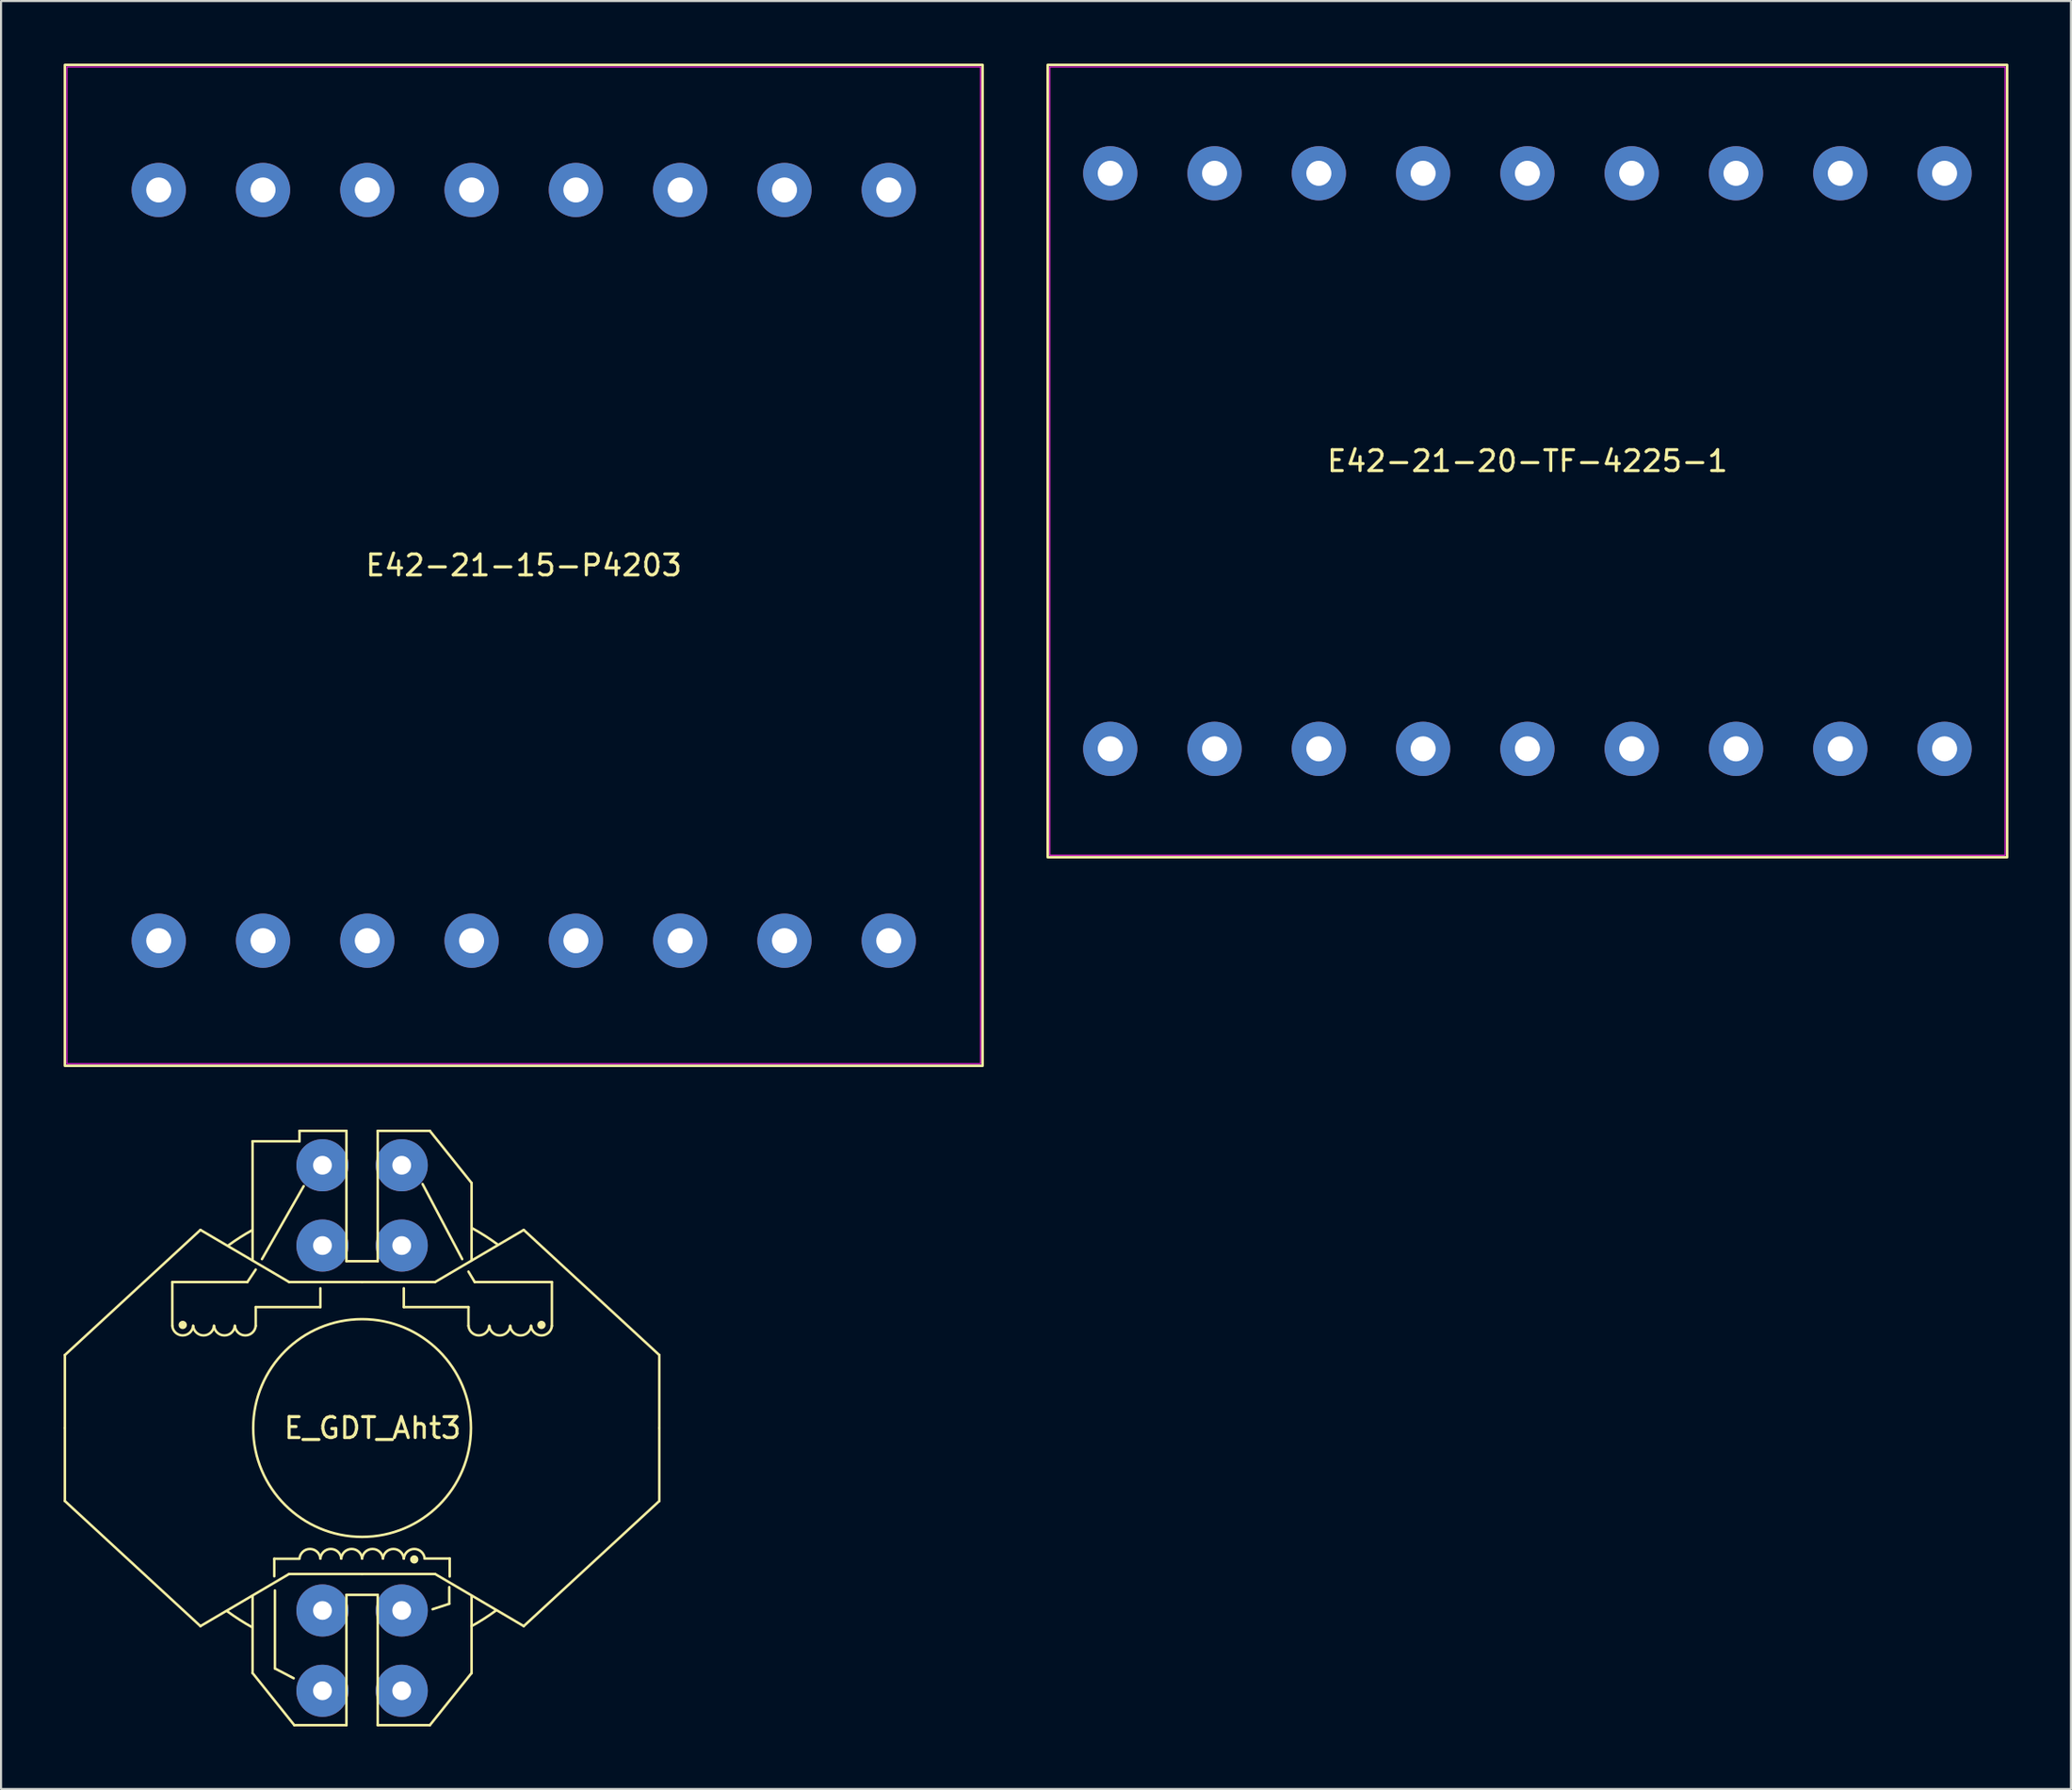
<source format=kicad_pcb>
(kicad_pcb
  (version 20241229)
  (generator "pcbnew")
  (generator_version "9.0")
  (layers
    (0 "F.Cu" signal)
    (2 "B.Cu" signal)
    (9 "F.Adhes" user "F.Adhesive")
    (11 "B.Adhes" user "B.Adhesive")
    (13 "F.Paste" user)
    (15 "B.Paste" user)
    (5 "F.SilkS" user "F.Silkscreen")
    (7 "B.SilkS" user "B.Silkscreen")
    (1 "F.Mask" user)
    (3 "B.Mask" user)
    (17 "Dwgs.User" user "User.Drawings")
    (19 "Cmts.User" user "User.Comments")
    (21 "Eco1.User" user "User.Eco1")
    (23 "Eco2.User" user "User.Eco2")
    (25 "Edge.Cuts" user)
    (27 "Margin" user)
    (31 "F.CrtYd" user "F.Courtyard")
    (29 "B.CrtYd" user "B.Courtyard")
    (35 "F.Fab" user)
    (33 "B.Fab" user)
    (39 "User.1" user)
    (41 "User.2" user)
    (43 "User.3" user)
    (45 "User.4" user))
  (footprint "E_GDT_Aht3"
    (layer "F.Cu")
    (at 14.31 65.43)
    (property "Reference" "E_GDT_Aht3" (at 0.5 0 180) (layer "F.SilkS") (effects (font (size 1 1) (thickness 0.15))))
    (attr through_hole)
    (fp_line (start -14.25 -3.5) (end -7.75 -9.5) (stroke (width 0.12) (type solid)) (layer "F.SilkS"))
    (fp_line (start -14.25 0) (end -14.25 -3.5) (stroke (width 0.12) (type solid)) (layer "F.SilkS"))
    (fp_line (start -14.25 3.5) (end -14.25 0) (stroke (width 0.12) (type solid)) (layer "F.SilkS"))
    (fp_line (start -9.1 -7) (end -9.1 -4.9) (stroke (width 0.12) (type solid)) (layer "F.SilkS"))
    (fp_line (start -9.1 -7) (end -5.5 -7) (stroke (width 0.12) (type solid)) (layer "F.SilkS"))
    (fp_line (start -7.75 -9.5) (end -3.5 -7) (stroke (width 0.12) (type solid)) (layer "F.SilkS"))
    (fp_line (start -7.75 9.5) (end -14.25 3.5) (stroke (width 0.12) (type solid)) (layer "F.SilkS"))
    (fp_line (start -5.25 -13.75) (end -5.25 -8.05) (stroke (width 0.12) (type solid)) (layer "F.SilkS"))
    (fp_line (start -5.25 11.75) (end -5.25 8.05) (stroke (width 0.12) (type solid)) (layer "F.SilkS"))
    (fp_line (start -5.1 -7.6) (end -5.5 -7) (stroke (width 0.12) (type solid)) (layer "F.SilkS"))
    (fp_line (start -5.1 -5.8) (end -5.1 -4.9) (stroke (width 0.12) (type solid)) (layer "F.SilkS"))
    (fp_line (start -5.1 -5.8) (end -2 -5.8) (stroke (width 0.12) (type solid)) (layer "F.SilkS"))
    (fp_line (start -4.8 -8.1) (end -2.8 -11.6) (stroke (width 0.12) (type solid)) (layer "F.SilkS"))
    (fp_line (start -4.21 6.27) (end -4.21 7.11) (stroke (width 0.12) (type solid)) (layer "F.SilkS"))
    (fp_line (start -4.21 6.27) (end -3.01 6.27) (stroke (width 0.12) (type solid)) (layer "F.SilkS"))
    (fp_line (start -4.18 7.79) (end -4.18 11.53) (stroke (width 0.12) (type solid)) (layer "F.SilkS"))
    (fp_line (start -4.18 11.53) (end -3.28 12) (stroke (width 0.12) (type solid)) (layer "F.SilkS"))
    (fp_line (start -3.5 7) (end -7.75 9.5) (stroke (width 0.12) (type solid)) (layer "F.SilkS"))
    (fp_line (start -3.25 14.25) (end -5.25 11.75) (stroke (width 0.12) (type solid)) (layer "F.SilkS"))
    (fp_line (start -3 -14.25) (end -3 -13.75) (stroke (width 0.12) (type solid)) (layer "F.SilkS"))
    (fp_line (start -3 -14.25) (end -0.75 -14.25) (stroke (width 0.12) (type solid)) (layer "F.SilkS"))
    (fp_line (start -3 -13.75) (end -5.25 -13.75) (stroke (width 0.12) (type solid)) (layer "F.SilkS"))
    (fp_line (start -2 -6.7) (end -2 -5.8) (stroke (width 0.12) (type solid)) (layer "F.SilkS"))
    (fp_line (start -0.75 -14.25) (end -0.75 -8) (stroke (width 0.12) (type solid)) (layer "F.SilkS"))
    (fp_line (start -0.75 -8) (end 0.75 -8) (stroke (width 0.12) (type solid)) (layer "F.SilkS"))
    (fp_line (start -0.75 14.25) (end -3.25 14.25) (stroke (width 0.12) (type solid)) (layer "F.SilkS"))
    (fp_line (start -0.75 14.25) (end -0.75 8) (stroke (width 0.12) (type solid)) (layer "F.SilkS"))
    (fp_line (start 0 -7) (end -3.5 -7) (stroke (width 0.12) (type solid)) (layer "F.SilkS"))
    (fp_line (start 0 7) (end -3.5 7) (stroke (width 0.12) (type solid)) (layer "F.SilkS"))
    (fp_line (start 0.75 -14.25) (end 0.75 -8) (stroke (width 0.12) (type solid)) (layer "F.SilkS"))
    (fp_line (start 0.75 -14.25) (end 3.25 -14.25) (stroke (width 0.12) (type solid)) (layer "F.SilkS"))
    (fp_line (start 0.75 8) (end -0.75 8) (stroke (width 0.12) (type solid)) (layer "F.SilkS"))
    (fp_line (start 0.75 14.25) (end 0.75 8) (stroke (width 0.12) (type solid)) (layer "F.SilkS"))
    (fp_line (start 2 -6.7) (end 2 -5.8) (stroke (width 0.12) (type solid)) (layer "F.SilkS"))
    (fp_line (start 2 -5.8) (end 5.1 -5.8) (stroke (width 0.12) (type solid)) (layer "F.SilkS"))
    (fp_line (start 2.9 -11.7) (end 4.8 -8.1) (stroke (width 0.12) (type solid)) (layer "F.SilkS"))
    (fp_line (start 3 6.259) (end 4.2 6.259) (stroke (width 0.12) (type solid)) (layer "F.SilkS"))
    (fp_line (start 3.25 -14.25) (end 5.25 -11.75) (stroke (width 0.12) (type solid)) (layer "F.SilkS"))
    (fp_line (start 3.25 14.25) (end 0.75 14.25) (stroke (width 0.12) (type solid)) (layer "F.SilkS"))
    (fp_line (start 3.25 14.25) (end 5.25 11.75) (stroke (width 0.12) (type solid)) (layer "F.SilkS"))
    (fp_line (start 3.5 -7) (end 0 -7) (stroke (width 0.12) (type solid)) (layer "F.SilkS"))
    (fp_line (start 3.5 -7) (end 7.75 -9.5) (stroke (width 0.12) (type solid)) (layer "F.SilkS"))
    (fp_line (start 3.5 7) (end 0 7) (stroke (width 0.12) (type solid)) (layer "F.SilkS"))
    (fp_line (start 4.18 7.63) (end 4.18 8.43) (stroke (width 0.12) (type solid)) (layer "F.SilkS"))
    (fp_line (start 4.18 8.43) (end 3.38 8.69) (stroke (width 0.12) (type solid)) (layer "F.SilkS"))
    (fp_line (start 4.2 6.259) (end 4.2 7.12) (stroke (width 0.12) (type solid)) (layer "F.SilkS"))
    (fp_line (start 5.1 -7.5) (end 5.4 -7) (stroke (width 0.12) (type solid)) (layer "F.SilkS"))
    (fp_line (start 5.1 -5.8) (end 5.1 -4.9) (stroke (width 0.12) (type solid)) (layer "F.SilkS"))
    (fp_line (start 5.25 -11.75) (end 5.25 -8.05) (stroke (width 0.12) (type solid)) (layer "F.SilkS"))
    (fp_line (start 5.25 11.75) (end 5.25 8.05) (stroke (width 0.12) (type solid)) (layer "F.SilkS"))
    (fp_line (start 5.4 -7) (end 9.1 -7) (stroke (width 0.12) (type solid)) (layer "F.SilkS"))
    (fp_line (start 7.75 -9.5) (end 14.25 -3.5) (stroke (width 0.12) (type solid)) (layer "F.SilkS"))
    (fp_line (start 7.75 9.5) (end 3.5 7) (stroke (width 0.12) (type solid)) (layer "F.SilkS"))
    (fp_line (start 9.1 -7) (end 9.1 -4.9) (stroke (width 0.12) (type solid)) (layer "F.SilkS"))
    (fp_line (start 14.25 0) (end 14.25 -3.5) (stroke (width 0.12) (type solid)) (layer "F.SilkS"))
    (fp_line (start 14.25 3.5) (end 7.75 9.5) (stroke (width 0.12) (type solid)) (layer "F.SilkS"))
    (fp_line (start 14.25 3.5) (end 14.25 0) (stroke (width 0.12) (type solid)) (layer "F.SilkS"))
    (fp_arc (start -8.1 -4.9) (mid -8.6 -4.440866) (end -9.1 -4.9) (stroke (width 0.12) (type solid)) (layer "F.SilkS"))
    (fp_arc (start -7.1 -4.9) (mid -7.6 -4.440866) (end -8.1 -4.9) (stroke (width 0.12) (type solid)) (layer "F.SilkS"))
    (fp_arc (start -6.431811 -8.743243) (mid -5.853148 -9.140741) (end -5.25 -9.5) (stroke (width 0.12) (type solid)) (layer "F.SilkS"))
    (fp_arc (start -6.1 -4.9) (mid -6.6 -4.440866) (end -7.1 -4.9) (stroke (width 0.12) (type solid)) (layer "F.SilkS"))
    (fp_arc (start -5.277333 9.549464) (mid -5.875629 9.193449) (end -6.45 8.8) (stroke (width 0.12) (type solid)) (layer "F.SilkS"))
    (fp_arc (start -5.1 -4.9) (mid -5.6 -4.440866) (end -6.1 -4.9) (stroke (width 0.12) (type solid)) (layer "F.SilkS"))
    (fp_arc (start -3 6.259134) (mid -2.5 5.8) (end -2 6.259134) (stroke (width 0.12) (type solid)) (layer "F.SilkS"))
    (fp_arc (start -2 6.259134) (mid -1.5 5.8) (end -1 6.259134) (stroke (width 0.12) (type solid)) (layer "F.SilkS"))
    (fp_arc (start -1 6.259134) (mid -0.5 5.8) (end 0 6.259134) (stroke (width 0.12) (type solid)) (layer "F.SilkS"))
    (fp_arc (start 0 6.259134) (mid 0.5 5.8) (end 1 6.259134) (stroke (width 0.12) (type solid)) (layer "F.SilkS"))
    (fp_arc (start 1 6.259134) (mid 1.5 5.8) (end 2 6.259134) (stroke (width 0.12) (type solid)) (layer "F.SilkS"))
    (fp_arc (start 2 6.259134) (mid 2.5 5.8) (end 3 6.259134) (stroke (width 0.12) (type solid)) (layer "F.SilkS"))
    (fp_arc (start 5.291667 -9.575399) (mid 5.908567 -9.207543) (end 6.5 -8.8) (stroke (width 0.12) (type solid)) (layer "F.SilkS"))
    (fp_arc (start 6.1 -4.9) (mid 5.6 -4.440866) (end 5.1 -4.9) (stroke (width 0.12) (type solid)) (layer "F.SilkS"))
    (fp_arc (start 6.407891 8.760789) (mid 5.840652 9.148731) (end 5.25 9.5) (stroke (width 0.12) (type solid)) (layer "F.SilkS"))
    (fp_arc (start 7.1 -4.9) (mid 6.6 -4.440866) (end 6.1 -4.9) (stroke (width 0.12) (type solid)) (layer "F.SilkS"))
    (fp_arc (start 8.1 -4.9) (mid 7.6 -4.440866) (end 7.1 -4.9) (stroke (width 0.12) (type solid)) (layer "F.SilkS"))
    (fp_arc (start 9.1 -4.9) (mid 8.6 -4.440866) (end 8.1 -4.9) (stroke (width 0.12) (type solid)) (layer "F.SilkS"))
    (fp_circle (center -8.6 -4.943) (end -8.5 -4.943) (stroke (width 0.2) (type solid)) (fill no) (layer "F.SilkS"))
    (fp_circle (center 0 0) (end 5 -1.5) (stroke (width 0.12) (type solid)) (fill no) (layer "F.SilkS"))
    (fp_circle (center 2.5 6.302) (end 2.6 6.302) (stroke (width 0.2) (type solid)) (fill no) (layer "F.SilkS"))
    (fp_circle (center 8.6 -4.943) (end 8.7 -4.943) (stroke (width 0.2) (type solid)) (fill no) (layer "F.SilkS"))
    (pad "1" thru_hole circle (at 1.9 12.6) (size 2.5 2.5) (drill 0.9) (layers "*.Cu" "*.Mask"))
    (pad "3" thru_hole circle (at 1.9 8.75) (size 2.5 2.5) (drill 0.9) (layers "*.Cu" "*.Mask"))
    (pad "4" thru_hole circle (at 1.9 -8.75) (size 2.5 2.5) (drill 0.9) (layers "*.Cu" "*.Mask"))
    (pad "6" thru_hole circle (at 1.9 -12.6) (size 2.5 2.5) (drill 0.9) (layers "*.Cu" "*.Mask"))
    (pad "7" thru_hole circle (at -1.9 -12.6) (size 2.5 2.5) (drill 0.9) (layers "*.Cu" "*.Mask"))
    (pad "9" thru_hole circle (at -1.9 -8.75) (size 2.5 2.5) (drill 0.9) (layers "*.Cu" "*.Mask"))
    (pad "10" thru_hole circle (at -1.9 8.75) (size 2.5 2.5) (drill 0.9) (layers "*.Cu" "*.Mask"))
    (pad "12" thru_hole circle (at -1.9 12.6) (size 2.5 2.5) (drill 0.9) (layers "*.Cu" "*.Mask")))
  (footprint "E42-21-15-P4203"
    (layer "F.Cu")
    (at 22.06 24.06)
    (property "Reference" "E42-21-15-P4203" (at 0 0 180) (layer "F.SilkS") (effects (font (size 1 1) (thickness 0.15))))
    (attr through_hole)
    (fp_rect (start -22 -24) (end 22 24) (stroke (width 0.12) (type solid)) (fill no) (layer "F.SilkS"))
    (fp_rect (start -21.9 -23.9) (end 21.9 23.9) (stroke (width 0.05) (type default)) (fill no) (layer "F.CrtYd"))
    (pad "1" thru_hole circle (at -17.5 18) (size 2.6 2.6) (drill 1.2) (layers "*.Cu" "*.Mask"))
    (pad "2" thru_hole circle (at -12.5 18) (size 2.6 2.6) (drill 1.2) (layers "*.Cu" "*.Mask"))
    (pad "3" thru_hole circle (at -7.5 18) (size 2.6 2.6) (drill 1.2) (layers "*.Cu" "*.Mask"))
    (pad "4" thru_hole circle (at -2.5 18) (size 2.6 2.6) (drill 1.2) (layers "*.Cu" "*.Mask"))
    (pad "5" thru_hole circle (at 2.5 18) (size 2.6 2.6) (drill 1.2) (layers "*.Cu" "*.Mask"))
    (pad "6" thru_hole circle (at 7.5 18) (size 2.6 2.6) (drill 1.2) (layers "*.Cu" "*.Mask"))
    (pad "7" thru_hole circle (at 12.5 18) (size 2.6 2.6) (drill 1.2) (layers "*.Cu" "*.Mask"))
    (pad "8" thru_hole circle (at 17.5 18) (size 2.6 2.6) (drill 1.2) (layers "*.Cu" "*.Mask"))
    (pad "9" thru_hole circle (at 17.5 -18) (size 2.6 2.6) (drill 1.2) (layers "*.Cu" "*.Mask"))
    (pad "10" thru_hole circle (at 12.5 -18) (size 2.6 2.6) (drill 1.2) (layers "*.Cu" "*.Mask"))
    (pad "11" thru_hole circle (at 7.5 -18) (size 2.6 2.6) (drill 1.2) (layers "*.Cu" "*.Mask"))
    (pad "12" thru_hole circle (at 2.5 -18) (size 2.6 2.6) (drill 1.2) (layers "*.Cu" "*.Mask"))
    (pad "13" thru_hole circle (at -2.5 -18) (size 2.6 2.6) (drill 1.2) (layers "*.Cu" "*.Mask"))
    (pad "14" thru_hole circle (at -7.5 -18) (size 2.6 2.6) (drill 1.2) (layers "*.Cu" "*.Mask"))
    (pad "15" thru_hole circle (at -12.5 -18) (size 2.6 2.6) (drill 1.2) (layers "*.Cu" "*.Mask"))
    (pad "16" thru_hole circle (at -17.5 -18) (size 2.6 2.6) (drill 1.2) (layers "*.Cu" "*.Mask")))
  (footprint "E42-21-20-TF-4225-1"
    (layer "F.Cu")
    (at 70.18 19.06)
    (property "Reference" "E42-21-20-TF-4225-1" (at 0 0 180) (layer "F.SilkS") (effects (font (size 1 1) (thickness 0.15))))
    (attr through_hole)
    (fp_rect (start -23 -19) (end 23 19) (stroke (width 0.12) (type solid)) (fill no) (layer "F.SilkS"))
    (fp_rect (start -22.9 -18.9) (end 22.9 18.9) (stroke (width 0.05) (type default)) (fill no) (layer "F.CrtYd"))
    (pad "1" thru_hole circle (at -20 13.8) (size 2.6 2.6) (drill 1.2) (layers "*.Cu" "*.Mask"))
    (pad "2" thru_hole circle (at -15 13.8) (size 2.6 2.6) (drill 1.2) (layers "*.Cu" "*.Mask"))
    (pad "3" thru_hole circle (at -10 13.8) (size 2.6 2.6) (drill 1.2) (layers "*.Cu" "*.Mask"))
    (pad "4" thru_hole circle (at -5 13.8) (size 2.6 2.6) (drill 1.2) (layers "*.Cu" "*.Mask"))
    (pad "5" thru_hole circle (at 0 13.8) (size 2.6 2.6) (drill 1.2) (layers "*.Cu" "*.Mask"))
    (pad "6" thru_hole circle (at 5 13.8) (size 2.6 2.6) (drill 1.2) (layers "*.Cu" "*.Mask"))
    (pad "7" thru_hole circle (at 10 13.8) (size 2.6 2.6) (drill 1.2) (layers "*.Cu" "*.Mask"))
    (pad "8" thru_hole circle (at 15 13.8) (size 2.6 2.6) (drill 1.2) (layers "*.Cu" "*.Mask"))
    (pad "9" thru_hole circle (at 20 13.8) (size 2.6 2.6) (drill 1.2) (layers "*.Cu" "*.Mask"))
    (pad "10" thru_hole circle (at 20 -13.8) (size 2.6 2.6) (drill 1.2) (layers "*.Cu" "*.Mask"))
    (pad "11" thru_hole circle (at 15 -13.8) (size 2.6 2.6) (drill 1.2) (layers "*.Cu" "*.Mask"))
    (pad "12" thru_hole circle (at 10 -13.8) (size 2.6 2.6) (drill 1.2) (layers "*.Cu" "*.Mask"))
    (pad "13" thru_hole circle (at 5 -13.8) (size 2.6 2.6) (drill 1.2) (layers "*.Cu" "*.Mask"))
    (pad "14" thru_hole circle (at 0 -13.8) (size 2.6 2.6) (drill 1.2) (layers "*.Cu" "*.Mask"))
    (pad "15" thru_hole circle (at -5 -13.8) (size 2.6 2.6) (drill 1.2) (layers "*.Cu" "*.Mask"))
    (pad "16" thru_hole circle (at -10 -13.8) (size 2.6 2.6) (drill 1.2) (layers "*.Cu" "*.Mask"))
    (pad "17" thru_hole circle (at -15 -13.8) (size 2.6 2.6) (drill 1.2) (layers "*.Cu" "*.Mask"))
    (pad "18" thru_hole circle (at -20 -13.8) (size 2.6 2.6) (drill 1.2) (layers "*.Cu" "*.Mask")))
  (gr_rect
    (start -3 -3)
    (end 96.24 82.74)
    (stroke (width 0.1) (type default))
    (fill no)
    (layer "Edge.Cuts")))
</source>
